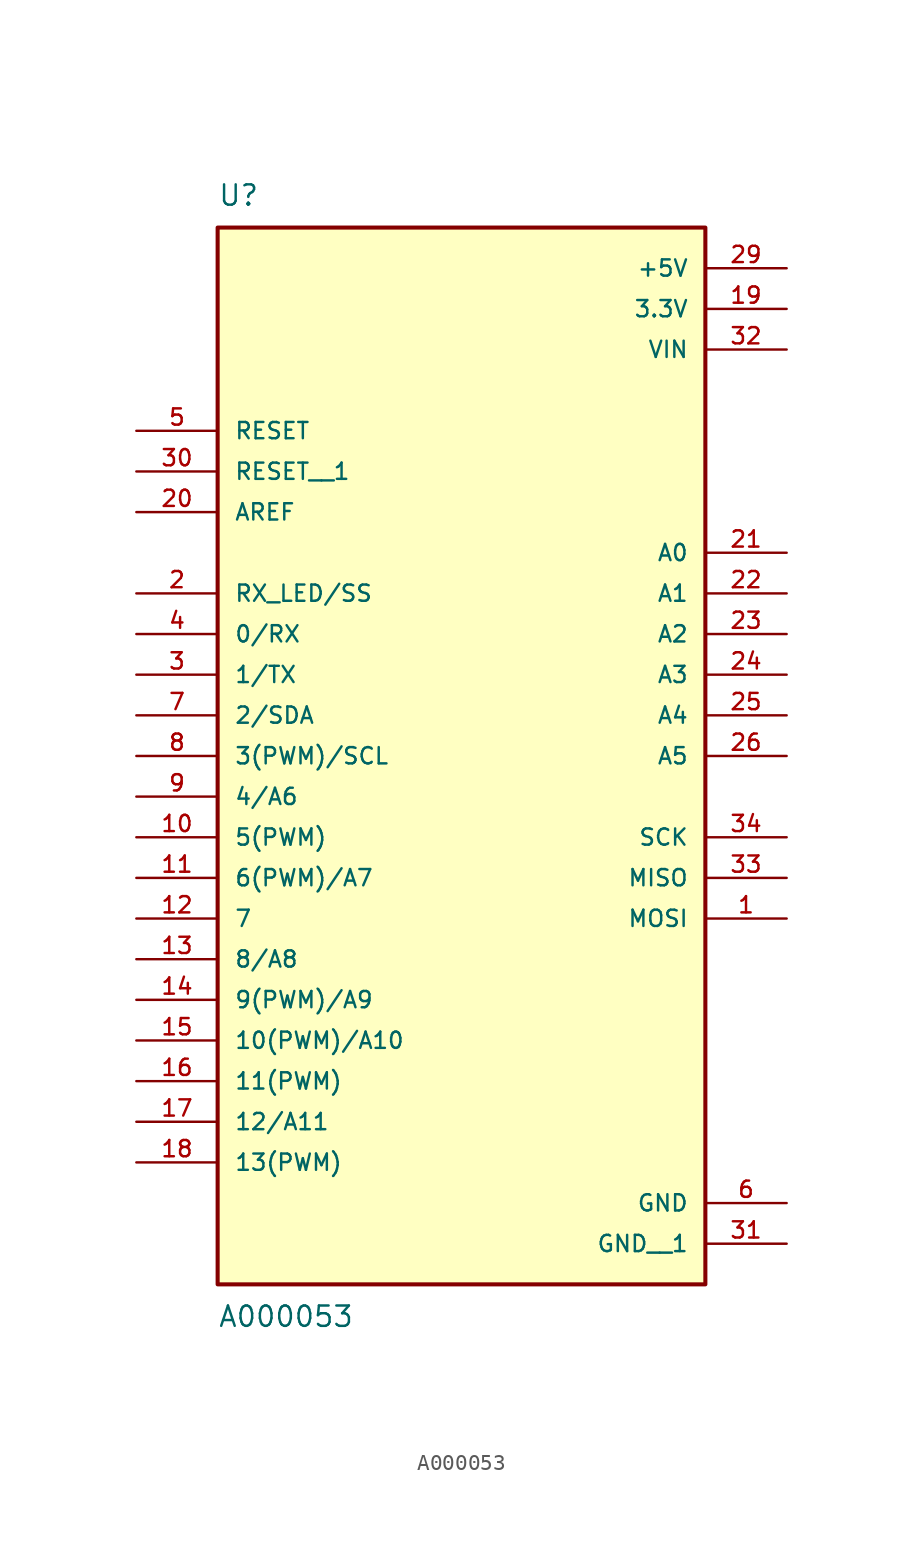
<source format=kicad_sym>
(kicad_symbol_lib
  (version 20241209)
  (generator "kicad_symbol_editor")
  (generator_version "9.0")
  (symbol "A000053"
    (pin_names
      (offset 1.016))
    (property "Reference" "U"
      (at -15.24 31.75 0)
      (effects (font (size 1.27 1.27)) (justify left bottom)))
    (property "Value" "A000053"
      (at -15.24 -36.83 0)
      (effects (font (size 1.27 1.27)) (justify left top)))
    (symbol "A000053_0_0"
      (rectangle (start -15.24 -35.56) (end 15.24 30.48) (stroke (width 0.254) (type default)) (fill (type background)))
      (pin input line (at -20.32 17.78 0) (length 5.08) (name "RESET" (effects (font (size 1.016 1.016)))) (number "5" (effects (font (size 1.016 1.016)))))
      (pin input line (at -20.32 15.24 0) (length 5.08) (name "RESET__1" (effects (font (size 1.016 1.016)))) (number "30" (effects (font (size 1.016 1.016)))))
      (pin input line (at -20.32 12.7 0) (length 5.08) (name "AREF" (effects (font (size 1.016 1.016)))) (number "20" (effects (font (size 1.016 1.016)))))
      (pin bidirectional line (at -20.32 7.62 0) (length 5.08) (name "RX_LED/SS" (effects (font (size 1.016 1.016)))) (number "2" (effects (font (size 1.016 1.016)))))
      (pin bidirectional line (at -20.32 5.08 0) (length 5.08) (name "0/RX" (effects (font (size 1.016 1.016)))) (number "4" (effects (font (size 1.016 1.016)))))
      (pin bidirectional line (at -20.32 2.54 0) (length 5.08) (name "1/TX" (effects (font (size 1.016 1.016)))) (number "3" (effects (font (size 1.016 1.016)))))
      (pin bidirectional line (at -20.32 0 0) (length 5.08) (name "2/SDA" (effects (font (size 1.016 1.016)))) (number "7" (effects (font (size 1.016 1.016)))))
      (pin bidirectional line (at -20.32 -2.54 0) (length 5.08) (name "3(PWM)/SCL" (effects (font (size 1.016 1.016)))) (number "8" (effects (font (size 1.016 1.016)))))
      (pin bidirectional line (at -20.32 -5.08 0) (length 5.08) (name "4/A6" (effects (font (size 1.016 1.016)))) (number "9" (effects (font (size 1.016 1.016)))))
      (pin bidirectional line (at -20.32 -7.62 0) (length 5.08) (name "5(PWM)" (effects (font (size 1.016 1.016)))) (number "10" (effects (font (size 1.016 1.016)))))
      (pin bidirectional line (at -20.32 -10.16 0) (length 5.08) (name "6(PWM)/A7" (effects (font (size 1.016 1.016)))) (number "11" (effects (font (size 1.016 1.016)))))
      (pin bidirectional line (at -20.32 -12.7 0) (length 5.08) (name "7" (effects (font (size 1.016 1.016)))) (number "12" (effects (font (size 1.016 1.016)))))
      (pin bidirectional line (at -20.32 -15.24 0) (length 5.08) (name "8/A8" (effects (font (size 1.016 1.016)))) (number "13" (effects (font (size 1.016 1.016)))))
      (pin bidirectional line (at -20.32 -17.78 0) (length 5.08) (name "9(PWM)/A9" (effects (font (size 1.016 1.016)))) (number "14" (effects (font (size 1.016 1.016)))))
      (pin bidirectional line (at -20.32 -20.32 0) (length 5.08) (name "10(PWM)/A10" (effects (font (size 1.016 1.016)))) (number "15" (effects (font (size 1.016 1.016)))))
      (pin bidirectional line (at -20.32 -22.86 0) (length 5.08) (name "11(PWM)" (effects (font (size 1.016 1.016)))) (number "16" (effects (font (size 1.016 1.016)))))
      (pin bidirectional line (at -20.32 -25.4 0) (length 5.08) (name "12/A11" (effects (font (size 1.016 1.016)))) (number "17" (effects (font (size 1.016 1.016)))))
      (pin bidirectional line (at -20.32 -27.94 0) (length 5.08) (name "13(PWM)" (effects (font (size 1.016 1.016)))) (number "18" (effects (font (size 1.016 1.016)))))
      (pin power_in line (at 20.32 27.94 180) (length 5.08) (name "+5V" (effects (font (size 1.016 1.016)))) (number "29" (effects (font (size 1.016 1.016)))))
      (pin power_in line (at 20.32 25.4 180) (length 5.08) (name "3.3V" (effects (font (size 1.016 1.016)))) (number "19" (effects (font (size 1.016 1.016)))))
      (pin power_in line (at 20.32 22.86 180) (length 5.08) (name "VIN" (effects (font (size 1.016 1.016)))) (number "32" (effects (font (size 1.016 1.016)))))
      (pin bidirectional line (at 20.32 10.16 180) (length 5.08) (name "A0" (effects (font (size 1.016 1.016)))) (number "21" (effects (font (size 1.016 1.016)))))
      (pin bidirectional line (at 20.32 7.62 180) (length 5.08) (name "A1" (effects (font (size 1.016 1.016)))) (number "22" (effects (font (size 1.016 1.016)))))
      (pin bidirectional line (at 20.32 5.08 180) (length 5.08) (name "A2" (effects (font (size 1.016 1.016)))) (number "23" (effects (font (size 1.016 1.016)))))
      (pin bidirectional line (at 20.32 2.54 180) (length 5.08) (name "A3" (effects (font (size 1.016 1.016)))) (number "24" (effects (font (size 1.016 1.016)))))
      (pin bidirectional line (at 20.32 0 180) (length 5.08) (name "A4" (effects (font (size 1.016 1.016)))) (number "25" (effects (font (size 1.016 1.016)))))
      (pin bidirectional line (at 20.32 -2.54 180) (length 5.08) (name "A5" (effects (font (size 1.016 1.016)))) (number "26" (effects (font (size 1.016 1.016)))))
      (pin bidirectional line (at 20.32 -7.62 180) (length 5.08) (name "SCK" (effects (font (size 1.016 1.016)))) (number "34" (effects (font (size 1.016 1.016)))))
      (pin bidirectional line (at 20.32 -10.16 180) (length 5.08) (name "MISO" (effects (font (size 1.016 1.016)))) (number "33" (effects (font (size 1.016 1.016)))))
      (pin bidirectional line (at 20.32 -12.7 180) (length 5.08) (name "MOSI" (effects (font (size 1.016 1.016)))) (number "1" (effects (font (size 1.016 1.016)))))
      (pin power_in line (at 20.32 -30.48 180) (length 5.08) (name "GND" (effects (font (size 1.016 1.016)))) (number "6" (effects (font (size 1.016 1.016)))))
      (pin power_in line (at 20.32 -33.02 180) (length 5.08) (name "GND__1" (effects (font (size 1.016 1.016)))) (number "31" (effects (font (size 1.016 1.016))))))))
</source>
